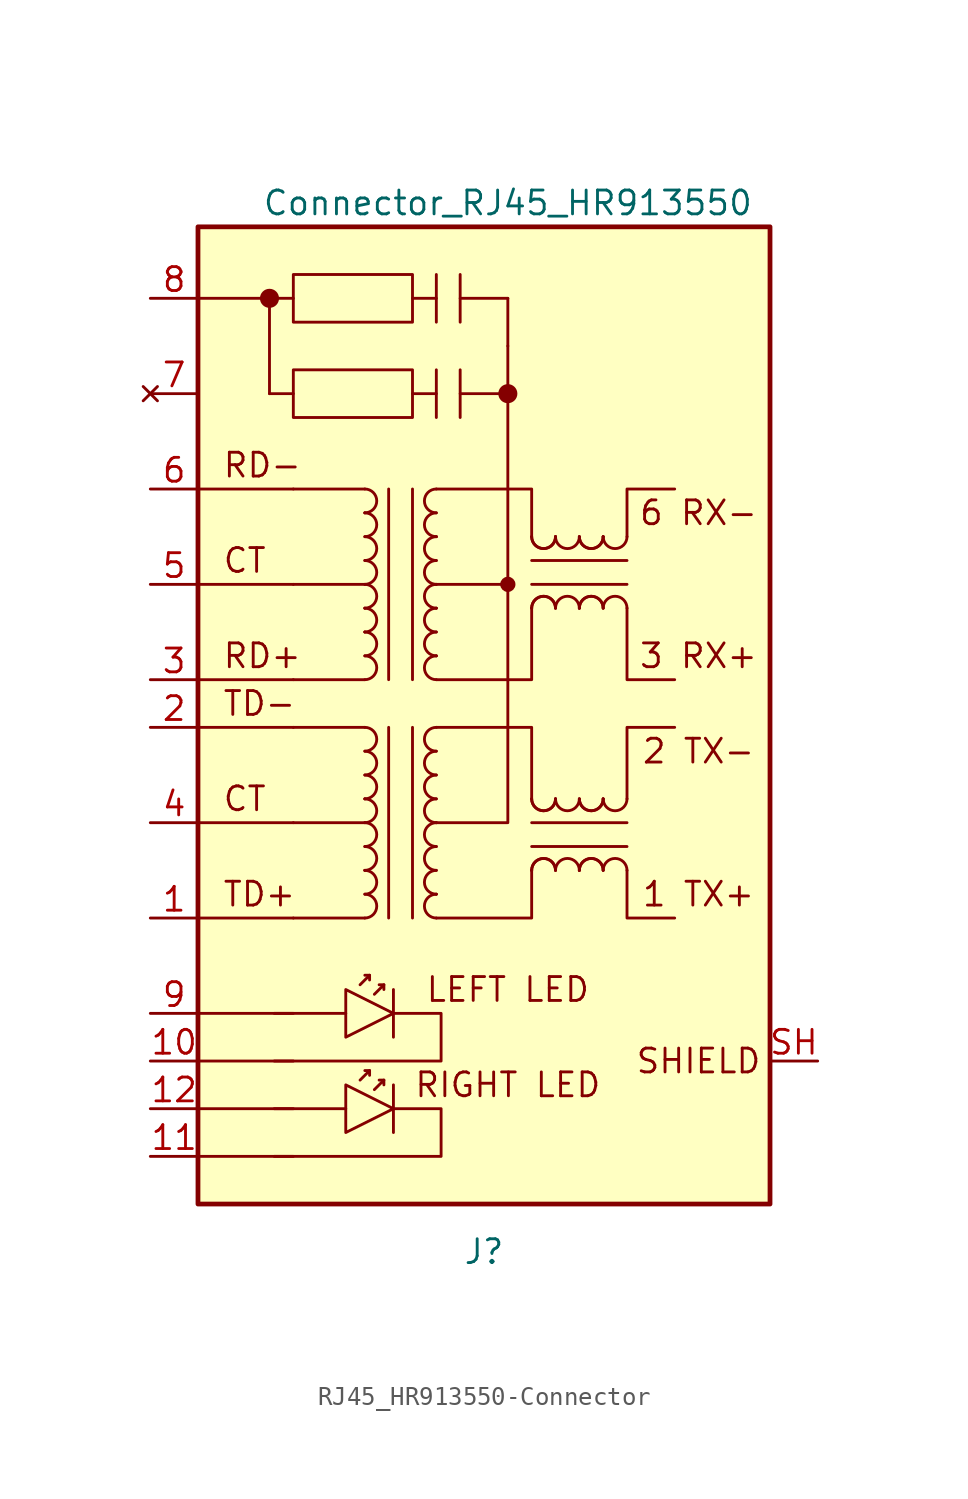
<source format=kicad_sym>
(kicad_symbol_lib
  (version 20220914)
  (generator kicad_symbol_editor)
  (symbol "RJ45_HR913550-Connector"
    (pin_names
      (offset 1.016) hide)
    (property "Reference" "J"
      (at 0 -38.1 0)
      (effects (font (size 1.27 1.27))))
    (property "Value" "Connector_RJ45_HR913550"
      (at 1.27 17.78 0)
      (effects (font (size 1.27 1.27))))
    (symbol "RJ45_HR913550-Connector_0_0"
      (rectangle (start -15.24 -35.56) (end 15.24 16.51) (stroke (width 0.254) (type solid)) (fill (type background)))
      (rectangle (start -3.81 8.89) (end -10.16 6.35) (stroke (width 0) (type solid)) (fill (type none)))
      (polyline (pts (xy -15.24 -33.02) (xy -10.16 -33.02)) (stroke (width 0) (type solid)) (fill (type none)))
      (polyline (pts (xy -15.24 -30.48) (xy -10.16 -30.48)) (stroke (width 0) (type solid)) (fill (type none)))
      (polyline (pts (xy -15.24 -27.94) (xy -10.16 -27.94)) (stroke (width 0) (type solid)) (fill (type none)))
      (polyline (pts (xy -15.24 -25.4) (xy -10.16 -25.4)) (stroke (width 0) (type solid)) (fill (type none)))
      (polyline (pts (xy -15.24 -20.32) (xy -10.16 -20.32)) (stroke (width 0) (type solid)) (fill (type none)))
      (polyline (pts (xy -15.24 -15.24) (xy -10.16 -15.24)) (stroke (width 0) (type solid)) (fill (type none)))
      (polyline (pts (xy -15.24 -10.16) (xy -10.16 -10.16)) (stroke (width 0) (type solid)) (fill (type none)))
      (polyline (pts (xy -15.24 -7.62) (xy -10.16 -7.62)) (stroke (width 0) (type solid)) (fill (type none)))
      (polyline (pts (xy -15.24 -2.54) (xy -10.16 -2.54)) (stroke (width 0) (type solid)) (fill (type none)))
      (polyline (pts (xy -15.24 2.54) (xy -10.16 2.54)) (stroke (width 0) (type solid)) (fill (type none)))
      (polyline (pts (xy -11.43 12.7) (xy -15.24 12.7)) (stroke (width 0) (type solid)) (fill (type none)))
      (polyline (pts (xy -11.176 -25.4) (xy -7.366 -25.4)) (stroke (width 0) (type solid)) (fill (type none)))
      (polyline (pts (xy -10.16 7.62) (xy -11.43 7.62)) (stroke (width 0) (type solid)) (fill (type none)))
      (polyline (pts (xy -3.81 7.62) (xy -2.54 7.62)) (stroke (width 0) (type solid)) (fill (type none)))
      (polyline (pts (xy -3.81 12.7) (xy -2.54 12.7)) (stroke (width 0) (type solid)) (fill (type none)))
      (polyline (pts (xy -2.54 8.89) (xy -2.54 6.35)) (stroke (width 0) (type solid)) (fill (type none)))
      (polyline (pts (xy -1.27 8.89) (xy -1.27 6.35)) (stroke (width 0) (type solid)) (fill (type none)))
      (polyline (pts (xy -1.27 13.97) (xy -1.27 11.43)) (stroke (width 0) (type solid)) (fill (type none)))
      (polyline (pts (xy 1.27 10.16) (xy 1.27 12.7)) (stroke (width 0) (type solid)) (fill (type none)))
      (polyline (pts (xy -10.16 12.7) (xy -11.43 12.7) (xy -11.43 7.62)) (stroke (width 0) (type solid)) (fill (type none)))
      (polyline (pts (xy -1.27 12.7) (xy 0 12.7) (xy 1.27 12.7)) (stroke (width 0) (type solid)) (fill (type none)))
      (polyline (pts (xy -4.826 -25.4) (xy -2.286 -25.4) (xy -2.286 -27.94) (xy -11.176 -27.94)) (stroke (width 0) (type solid)) (fill (type none)))
      (polyline (pts (xy -2.54 -15.24) (xy -1.27 -15.24) (xy 1.27 -15.24) (xy 1.27 10.16)) (stroke (width 0) (type solid)) (fill (type none)))
      (circle (center 1.27 7.62) (radius 0.0001) (stroke (width 0.508) (type solid)) (fill (type none)))
      (text "1 TX+" (at 11.43 -19.05 0) (effects (font (size 1.27 1.27))))
      (text "2 TX-" (at 11.43 -11.43 0) (effects (font (size 1.27 1.27))))
      (text "3 RX+" (at 11.43 -6.35 0) (effects (font (size 1.27 1.27))))
      (text "6 RX-" (at 11.43 1.27 0) (effects (font (size 1.27 1.27))))
      (text "CT" (at -13.97 -1.27 0) (effects (font (size 1.27 1.27)) (justify left)))
      (text "LEFT LED" (at 1.27 -24.13 0) (effects (font (size 1.27 1.27))))
      (text "RD-" (at -13.97 3.81 0) (effects (font (size 1.27 1.27)) (justify left)))
      (text "SHIELD" (at 11.43 -27.94 0) (effects (font (size 1.27 1.27)))))
    (symbol "RJ45_HR913550-Connector_0_1"
      (arc (start -6.35 -16.51) (mid -5.7177 -15.875) (end -6.35 -15.24) (stroke (width 0) (type solid)) (fill (type none)))
      (arc (start -6.35 -15.24) (mid -5.7177 -14.605) (end -6.35 -13.97) (stroke (width 0) (type solid)) (fill (type none)))
      (arc (start -6.35 -13.97) (mid -6.35 -16.51) (end -6.35 -13.97) (stroke (width 0) (type solid)) (fill (type none)))
      (arc (start -6.35 -11.43) (mid -5.7177 -10.795) (end -6.35 -10.16) (stroke (width 0) (type solid)) (fill (type none)))
      (polyline (pts (xy -6.35 -20.32) (xy -10.16 -20.32)) (stroke (width 0) (type solid)) (fill (type none)))
      (polyline (pts (xy -6.35 -15.24) (xy -10.16 -15.24)) (stroke (width 0) (type solid)) (fill (type none)))
      (polyline (pts (xy -6.35 -10.16) (xy -10.16 -10.16)) (stroke (width 0) (type solid)) (fill (type none)))
      (polyline (pts (xy -6.35 -7.62) (xy -10.16 -7.62)) (stroke (width 0) (type solid)) (fill (type none)))
      (polyline (pts (xy -6.35 -2.54) (xy -10.16 -2.54)) (stroke (width 0) (type solid)) (fill (type none)))
      (polyline (pts (xy -6.35 2.54) (xy -10.16 2.54)) (stroke (width 0) (type solid)) (fill (type none)))
      (polyline (pts (xy -6.096 -28.448) (xy -6.35 -28.448)) (stroke (width 0) (type solid)) (fill (type none)))
      (polyline (pts (xy -5.334 -28.956) (xy -5.588 -28.956)) (stroke (width 0) (type solid)) (fill (type none)))
      (polyline (pts (xy -4.826 -24.13) (xy -4.826 -26.67)) (stroke (width 0) (type solid)) (fill (type none)))
      (polyline (pts (xy -2.54 -2.54) (xy 1.27 -2.54)) (stroke (width 0) (type solid)) (fill (type none)))
      (polyline (pts (xy -1.27 7.62) (xy 1.27 7.62)) (stroke (width 0) (type solid)) (fill (type none)))
      (polyline (pts (xy -6.604 -28.956) (xy -6.096 -28.448) (xy -6.096 -28.702)) (stroke (width 0) (type solid)) (fill (type none)))
      (polyline (pts (xy -5.842 -29.464) (xy -5.334 -28.956) (xy -5.334 -29.21)) (stroke (width 0) (type solid)) (fill (type none)))
      (polyline (pts (xy -7.366 -24.13) (xy -7.366 -26.67) (xy -4.826 -25.4) (xy -7.366 -24.13)) (stroke (width 0) (type solid)) (fill (type none)))
      (circle (center 1.27 -2.54) (radius 0.0001) (stroke (width 0) (type solid)) (fill (type none)))
      (circle (center 1.27 -2.54) (radius 0.0001) (stroke (width 0.406) (type solid)) (fill (type none))))
    (symbol "RJ45_HR913550-Connector_1_1"
      (circle (center -11.43 12.7) (radius 0.0001) (stroke (width 0.508) (type solid)) (fill (type none)))
      (arc (start -6.35 -20.32) (mid -5.7177 -19.685) (end -6.35 -19.05) (stroke (width 0) (type solid)) (fill (type none)))
      (arc (start -6.35 -19.05) (mid -5.7177 -18.415) (end -6.35 -17.78) (stroke (width 0) (type solid)) (fill (type none)))
      (arc (start -6.35 -17.78) (mid -6.35 -20.32) (end -6.35 -17.78) (stroke (width 0) (type solid)) (fill (type none)))
      (arc (start -6.35 -17.78) (mid -5.7177 -17.145) (end -6.35 -16.51) (stroke (width 0) (type solid)) (fill (type none)))
      (arc (start -6.35 -13.97) (mid -5.7177 -13.335) (end -6.35 -12.7) (stroke (width 0) (type solid)) (fill (type none)))
      (arc (start -6.35 -12.7) (mid -5.7177 -12.065) (end -6.35 -11.43) (stroke (width 0) (type solid)) (fill (type none)))
      (arc (start -6.35 -7.62) (mid -5.7177 -6.985) (end -6.35 -6.35) (stroke (width 0) (type solid)) (fill (type none)))
      (arc (start -6.35 -6.35) (mid -5.7177 -5.715) (end -6.35 -5.08) (stroke (width 0) (type solid)) (fill (type none)))
      (arc (start -6.35 -5.08) (mid -6.35 -7.62) (end -6.35 -5.08) (stroke (width 0) (type solid)) (fill (type none)))
      (arc (start -6.35 -5.08) (mid -5.7177 -4.445) (end -6.35 -3.81) (stroke (width 0) (type solid)) (fill (type none)))
      (arc (start -6.35 -3.81) (mid -6.35 -6.35) (end -6.35 -3.81) (stroke (width 0) (type solid)) (fill (type none)))
      (arc (start -6.35 -3.81) (mid -5.7177 -3.175) (end -6.35 -2.54) (stroke (width 0) (type solid)) (fill (type none)))
      (arc (start -6.35 -2.54) (mid -5.7177 -1.905) (end -6.35 -1.27) (stroke (width 0) (type solid)) (fill (type none)))
      (arc (start -6.35 -1.27) (mid -5.7177 -0.635) (end -6.35 0) (stroke (width 0) (type solid)) (fill (type none)))
      (arc (start -6.35 0) (mid -5.7177 0.635) (end -6.35 1.27) (stroke (width 0) (type solid)) (fill (type none)))
      (arc (start -6.35 1.27) (mid -6.35 -1.27) (end -6.35 1.27) (stroke (width 0) (type solid)) (fill (type none)))
      (arc (start -6.35 1.27) (mid -5.7177 1.905) (end -6.35 2.54) (stroke (width 0) (type solid)) (fill (type none)))
      (rectangle (start -3.81 13.97) (end -10.16 11.43) (stroke (width 0) (type solid)) (fill (type none)))
      (arc (start -2.54 -19.05) (mid -3.1723 -19.685) (end -2.54 -20.32) (stroke (width 0) (type solid)) (fill (type none)))
      (arc (start -2.54 -19.05) (mid -2.54 -16.51) (end -2.54 -19.05) (stroke (width 0) (type solid)) (fill (type none)))
      (arc (start -2.54 -17.78) (mid -3.1723 -18.415) (end -2.54 -19.05) (stroke (width 0) (type solid)) (fill (type none)))
      (arc (start -2.54 -16.51) (mid -3.1723 -17.145) (end -2.54 -17.78) (stroke (width 0) (type solid)) (fill (type none)))
      (arc (start -2.54 -15.24) (mid -3.1723 -15.875) (end -2.54 -16.51) (stroke (width 0) (type solid)) (fill (type none)))
      (arc (start -2.54 -15.24) (mid -2.54 -12.7) (end -2.54 -15.24) (stroke (width 0) (type solid)) (fill (type none)))
      (arc (start -2.54 -13.97) (mid -3.1723 -14.605) (end -2.54 -15.24) (stroke (width 0) (type solid)) (fill (type none)))
      (arc (start -2.54 -12.7) (mid -3.1723 -13.335) (end -2.54 -13.97) (stroke (width 0) (type solid)) (fill (type none)))
      (arc (start -2.54 -11.43) (mid -3.1723 -12.065) (end -2.54 -12.7) (stroke (width 0) (type solid)) (fill (type none)))
      (arc (start -2.54 -10.16) (mid -3.1723 -10.795) (end -2.54 -11.43) (stroke (width 0) (type solid)) (fill (type none)))
      (arc (start -2.54 -6.35) (mid -3.1723 -6.985) (end -2.54 -7.62) (stroke (width 0) (type solid)) (fill (type none)))
      (arc (start -2.54 -6.35) (mid -2.54 -3.81) (end -2.54 -6.35) (stroke (width 0) (type solid)) (fill (type none)))
      (arc (start -2.54 -5.08) (mid -3.1723 -5.715) (end -2.54 -6.35) (stroke (width 0) (type solid)) (fill (type none)))
      (arc (start -2.54 -3.81) (mid -3.1723 -4.445) (end -2.54 -5.08) (stroke (width 0) (type solid)) (fill (type none)))
      (arc (start -2.54 -3.81) (mid -2.54 -1.27) (end -2.54 -3.81) (stroke (width 0) (type solid)) (fill (type none)))
      (arc (start -2.54 -2.54) (mid -3.1723 -3.175) (end -2.54 -3.81) (stroke (width 0) (type solid)) (fill (type none)))
      (arc (start -2.54 -1.27) (mid -3.1723 -1.905) (end -2.54 -2.54) (stroke (width 0) (type solid)) (fill (type none)))
      (arc (start -2.54 0) (mid -3.1723 -0.635) (end -2.54 -1.27) (stroke (width 0) (type solid)) (fill (type none)))
      (arc (start -2.54 0) (mid -2.54 2.54) (end -2.54 0) (stroke (width 0) (type solid)) (fill (type none)))
      (arc (start -2.54 1.27) (mid -3.1723 0.635) (end -2.54 0) (stroke (width 0) (type solid)) (fill (type none)))
      (arc (start -2.54 2.54) (mid -3.1723 1.905) (end -2.54 1.27) (stroke (width 0) (type solid)) (fill (type none)))
      (polyline (pts (xy -11.176 -30.48) (xy -7.366 -30.48)) (stroke (width 0) (type solid)) (fill (type none)))
      (polyline (pts (xy -6.096 -23.368) (xy -6.35 -23.368)) (stroke (width 0) (type solid)) (fill (type none)))
      (polyline (pts (xy -5.334 -23.876) (xy -5.588 -23.876)) (stroke (width 0) (type solid)) (fill (type none)))
      (polyline (pts (xy -5.08 -10.16) (xy -5.08 -20.32)) (stroke (width 0) (type solid)) (fill (type none)))
      (polyline (pts (xy -5.08 2.54) (xy -5.08 -7.62)) (stroke (width 0) (type solid)) (fill (type none)))
      (polyline (pts (xy -4.826 -29.21) (xy -4.826 -31.75)) (stroke (width 0) (type solid)) (fill (type none)))
      (polyline (pts (xy -3.81 -20.32) (xy -3.81 -10.16)) (stroke (width 0) (type solid)) (fill (type none)))
      (polyline (pts (xy -3.81 -7.62) (xy -3.81 2.54)) (stroke (width 0) (type solid)) (fill (type none)))
      (polyline (pts (xy -2.54 13.97) (xy -2.54 11.43)) (stroke (width 0) (type solid)) (fill (type none)))
      (polyline (pts (xy 2.54 -16.51) (xy 7.62 -16.51)) (stroke (width 0) (type solid)) (fill (type none)))
      (polyline (pts (xy 2.54 -2.54) (xy 7.62 -2.54)) (stroke (width 0) (type solid)) (fill (type none)))
      (polyline (pts (xy 7.62 -15.24) (xy 2.54 -15.24)) (stroke (width 0) (type solid)) (fill (type none)))
      (polyline (pts (xy 7.62 -1.27) (xy 2.54 -1.27)) (stroke (width 0) (type solid)) (fill (type none)))
      (polyline (pts (xy -6.604 -23.876) (xy -6.096 -23.368) (xy -6.096 -23.622)) (stroke (width 0) (type solid)) (fill (type none)))
      (polyline (pts (xy -5.842 -24.384) (xy -5.334 -23.876) (xy -5.334 -24.13)) (stroke (width 0) (type solid)) (fill (type none)))
      (polyline (pts (xy -2.54 -10.16) (xy 2.54 -10.16) (xy 2.54 -13.97)) (stroke (width 0) (type solid)) (fill (type none)))
      (polyline (pts (xy -2.54 -7.62) (xy 2.54 -7.62) (xy 2.54 -3.81)) (stroke (width 0) (type solid)) (fill (type none)))
      (polyline (pts (xy -2.54 2.54) (xy 2.54 2.54) (xy 2.54 0)) (stroke (width 0) (type solid)) (fill (type none)))
      (polyline (pts (xy 2.54 -17.78) (xy 2.54 -20.32) (xy -2.54 -20.32)) (stroke (width 0) (type solid)) (fill (type none)))
      (polyline (pts (xy 7.62 -17.78) (xy 7.62 -20.32) (xy 10.16 -20.32)) (stroke (width 0) (type solid)) (fill (type none)))
      (polyline (pts (xy 7.62 -13.97) (xy 7.62 -10.16) (xy 10.16 -10.16)) (stroke (width 0) (type solid)) (fill (type none)))
      (polyline (pts (xy 7.62 -3.81) (xy 7.62 -7.62) (xy 10.16 -7.62)) (stroke (width 0) (type solid)) (fill (type none)))
      (polyline (pts (xy 7.62 0) (xy 7.62 2.54) (xy 10.16 2.54)) (stroke (width 0) (type solid)) (fill (type none)))
      (polyline (pts (xy -7.366 -29.21) (xy -7.366 -31.75) (xy -4.826 -30.48) (xy -7.366 -29.21)) (stroke (width 0) (type solid)) (fill (type none)))
      (polyline (pts (xy -4.826 -30.48) (xy -2.286 -30.48) (xy -2.286 -33.02) (xy -11.176 -33.02)) (stroke (width 0) (type solid)) (fill (type none)))
      (arc (start 2.54 -17.78) (mid 5.08 -17.78) (end 2.54 -17.78) (stroke (width 0) (type solid)) (fill (type none)))
      (arc (start 2.54 -13.97) (mid 3.175 -14.6023) (end 3.81 -13.97) (stroke (width 0) (type solid)) (fill (type none)))
      (arc (start 2.54 -13.97) (mid 3.175 -14.6023) (end 3.81 -13.97) (stroke (width 0) (type solid)) (fill (type none)))
      (arc (start 2.54 -3.81) (mid 5.08 -3.81) (end 2.54 -3.81) (stroke (width 0) (type solid)) (fill (type none)))
      (arc (start 2.54 0) (mid 3.175 -0.6323) (end 3.81 0) (stroke (width 0) (type solid)) (fill (type none)))
      (arc (start 2.54 0) (mid 3.175 -0.6323) (end 3.81 0) (stroke (width 0) (type solid)) (fill (type none)))
      (arc (start 3.81 -17.78) (mid 3.175 -17.1477) (end 2.54 -17.78) (stroke (width 0) (type solid)) (fill (type none)))
      (arc (start 3.81 -17.78) (mid 3.175 -17.1477) (end 2.54 -17.78) (stroke (width 0) (type solid)) (fill (type none)))
      (arc (start 3.81 -13.97) (mid 1.27 -13.97) (end 3.81 -13.97) (stroke (width 0) (type solid)) (fill (type none)))
      (arc (start 3.81 -13.97) (mid 4.445 -14.6023) (end 5.08 -13.97) (stroke (width 0) (type solid)) (fill (type none)))
      (arc (start 3.81 -3.81) (mid 3.175 -3.1777) (end 2.54 -3.81) (stroke (width 0) (type solid)) (fill (type none)))
      (arc (start 3.81 -3.81) (mid 3.175 -3.1777) (end 2.54 -3.81) (stroke (width 0) (type solid)) (fill (type none)))
      (arc (start 3.81 0) (mid 1.27 0) (end 3.81 0) (stroke (width 0) (type solid)) (fill (type none)))
      (arc (start 3.81 0) (mid 4.445 -0.6323) (end 5.08 0) (stroke (width 0) (type solid)) (fill (type none)))
      (arc (start 5.08 -17.78) (mid 4.445 -17.1477) (end 3.81 -17.78) (stroke (width 0) (type solid)) (fill (type none)))
      (arc (start 5.08 -17.78) (mid 7.62 -17.78) (end 5.08 -17.78) (stroke (width 0) (type solid)) (fill (type none)))
      (arc (start 5.08 -13.97) (mid 5.715 -14.6023) (end 6.35 -13.97) (stroke (width 0) (type solid)) (fill (type none)))
      (arc (start 5.08 -13.97) (mid 5.715 -14.6023) (end 6.35 -13.97) (stroke (width 0) (type solid)) (fill (type none)))
      (arc (start 5.08 -3.81) (mid 4.445 -3.1777) (end 3.81 -3.81) (stroke (width 0) (type solid)) (fill (type none)))
      (arc (start 5.08 -3.81) (mid 7.62 -3.81) (end 5.08 -3.81) (stroke (width 0) (type solid)) (fill (type none)))
      (arc (start 5.08 0) (mid 5.715 -0.6323) (end 6.35 0) (stroke (width 0) (type solid)) (fill (type none)))
      (arc (start 5.08 0) (mid 5.715 -0.6323) (end 6.35 0) (stroke (width 0) (type solid)) (fill (type none)))
      (arc (start 6.35 -17.78) (mid 5.715 -17.1477) (end 5.08 -17.78) (stroke (width 0) (type solid)) (fill (type none)))
      (arc (start 6.35 -17.78) (mid 5.715 -17.1477) (end 5.08 -17.78) (stroke (width 0) (type solid)) (fill (type none)))
      (arc (start 6.35 -13.97) (mid 3.81 -13.97) (end 6.35 -13.97) (stroke (width 0) (type solid)) (fill (type none)))
      (arc (start 6.35 -13.97) (mid 6.985 -14.6023) (end 7.62 -13.97) (stroke (width 0) (type solid)) (fill (type none)))
      (arc (start 6.35 -3.81) (mid 5.715 -3.1777) (end 5.08 -3.81) (stroke (width 0) (type solid)) (fill (type none)))
      (arc (start 6.35 -3.81) (mid 5.715 -3.1777) (end 5.08 -3.81) (stroke (width 0) (type solid)) (fill (type none)))
      (arc (start 6.35 0) (mid 3.81 0) (end 6.35 0) (stroke (width 0) (type solid)) (fill (type none)))
      (arc (start 6.35 0) (mid 6.985 -0.6323) (end 7.62 0) (stroke (width 0) (type solid)) (fill (type none)))
      (arc (start 7.62 -17.78) (mid 6.985 -17.1477) (end 6.35 -17.78) (stroke (width 0) (type solid)) (fill (type none)))
      (arc (start 7.62 -3.81) (mid 6.985 -3.1777) (end 6.35 -3.81) (stroke (width 0) (type solid)) (fill (type none)))
      (text "CT" (at -13.97 -13.97 0) (effects (font (size 1.27 1.27)) (justify left)))
      (text "RD+" (at -13.97 -6.35 0) (effects (font (size 1.27 1.27)) (justify left)))
      (text "RIGHT LED" (at 1.27 -29.21 0) (effects (font (size 1.27 1.27))))
      (text "TD+" (at -13.97 -19.05 0) (effects (font (size 1.27 1.27)) (justify left)))
      (text "TD-" (at -13.97 -8.89 0) (effects (font (size 1.27 1.27)) (justify left)))
      (pin passive line (at -17.78 -20.32 0) (length 2.54) (name "TD+" (effects (font (size 1.27 1.27)))) (number "1" (effects (font (size 1.27 1.27)))))
      (pin passive line (at -17.78 -27.94 0) (length 2.54) (name "LLED-" (effects (font (size 1.27 1.27)))) (number "10" (effects (font (size 1.27 1.27)))))
      (pin passive line (at -17.78 -33.02 0) (length 2.54) (name "RLED-" (effects (font (size 1.27 1.27)))) (number "11" (effects (font (size 1.27 1.27)))))
      (pin passive line (at -17.78 -30.48 0) (length 2.54) (name "RLED+" (effects (font (size 1.27 1.27)))) (number "12" (effects (font (size 1.27 1.27)))))
      (pin passive line (at -17.78 -10.16 0) (length 2.54) (name "TD-" (effects (font (size 1.27 1.27)))) (number "2" (effects (font (size 1.27 1.27)))))
      (pin passive line (at -17.78 -7.62 0) (length 2.54) (name "RD+" (effects (font (size 1.27 1.27)))) (number "3" (effects (font (size 1.27 1.27)))))
      (pin passive line (at -17.78 -15.24 0) (length 2.54) (name "CT" (effects (font (size 1.27 1.27)))) (number "4" (effects (font (size 1.27 1.27)))))
      (pin passive line (at -17.78 -2.54 0) (length 2.54) (name "CT" (effects (font (size 1.27 1.27)))) (number "5" (effects (font (size 1.27 1.27)))))
      (pin passive line (at -17.78 2.54 0) (length 2.54) (name "RD-" (effects (font (size 1.27 1.27)))) (number "6" (effects (font (size 1.27 1.27)))))
      (pin no_connect line (at -17.78 7.62 0) (length 2.54) (name "8" (effects (font (size 1.27 1.27)))) (number "7" (effects (font (size 1.27 1.27)))))
      (pin passive line (at -17.78 12.7 0) (length 2.54) (name "8" (effects (font (size 1.27 1.27)))) (number "8" (effects (font (size 1.27 1.27)))))
      (pin passive line (at -17.78 -25.4 0) (length 2.54) (name "LLED+" (effects (font (size 1.27 1.27)))) (number "9" (effects (font (size 1.27 1.27)))))
      (pin passive line (at 17.78 -27.94 180) (length 2.54) (name "SHIELD" (effects (font (size 1.27 1.27)))) (number "SH" (effects (font (size 1.27 1.27))))))))
</source>
